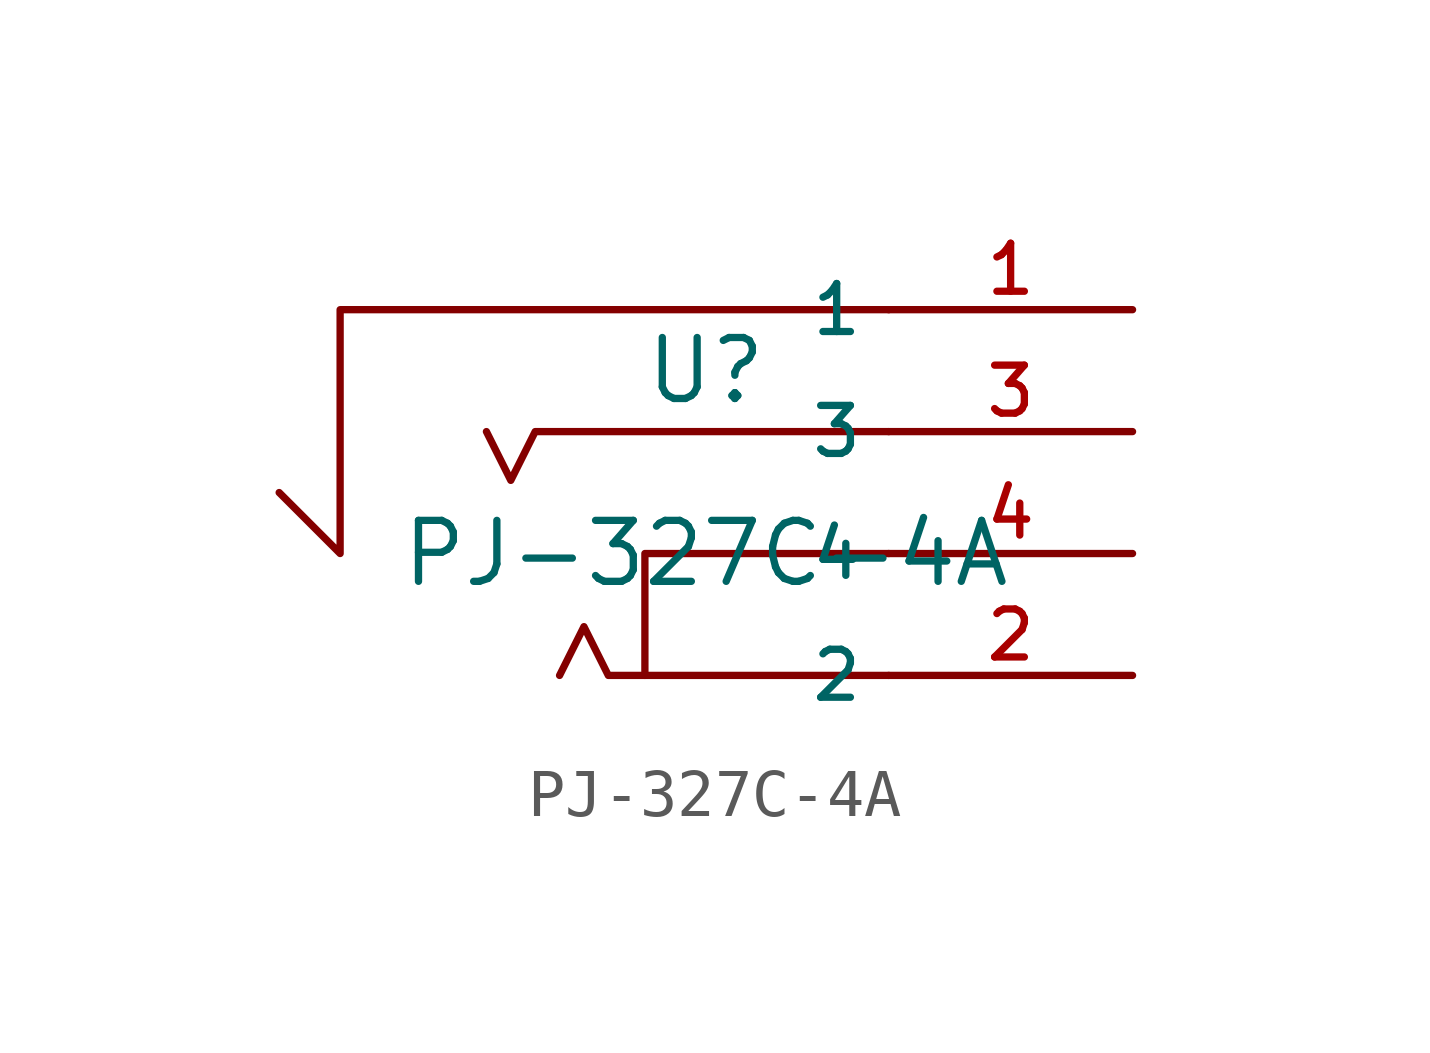
<source format=kicad_sym>
(kicad_symbol_lib
  (version 20210201)
  (generator TousstNicolas/JLC2KiCad_lib)
  (symbol "PJ-327C-4A"
    (property "Reference" "U"
      (at 0 1.27 0)
      (effects (font (size 1.27 1.27))))
    (property "Value" "PJ-327C-4A"
      (at 0 -2.54 0)
      (effects (font (size 1.27 1.27))))
    (symbol "PJ-327C-4A_0_1"
      (pin unspecified line (at 8.89 2.54 180) (length 5.08) (name "1" (effects (font (size 1 1)))) (number "1" (effects (font (size 1 1)))))
      (pin unspecified line (at 8.89 -2.54 180) (length 5.08) (name "4" (effects (font (size 1 1)))) (number "4" (effects (font (size 1 1)))))
      (pin unspecified line (at 8.89 -0.0 180) (length 5.08) (name "3" (effects (font (size 1 1)))) (number "3" (effects (font (size 1 1)))))
      (pin unspecified line (at 8.89 -5.08 180) (length 5.08) (name "2" (effects (font (size 1 1)))) (number "2" (effects (font (size 1 1)))))
      (polyline (pts (xy 3.81 2.54) (xy -7.62 2.54) (xy -7.62 -2.54) (xy -8.89 -1.27)) (stroke (width 0) (type default) (color 0 0 0 0)) (fill (type none)))
      (polyline (pts (xy 3.81 -0.0) (xy -3.556 -0.0) (xy -4.064 -1.016) (xy -4.572 -0.0)) (stroke (width 0) (type default) (color 0 0 0 0)) (fill (type none)))
      (polyline (pts (xy 3.81 -2.54) (xy -0.762 -2.54) (xy -1.27 -2.54) (xy -1.27 -5.08)) (stroke (width 0) (type default) (color 0 0 0 0)) (fill (type none)))
      (polyline (pts (xy 3.81 -5.08) (xy -2.032 -5.08) (xy -2.54 -4.064) (xy -3.048 -5.08)) (stroke (width 0) (type default) (color 0 0 0 0)) (fill (type none))))))
</source>
